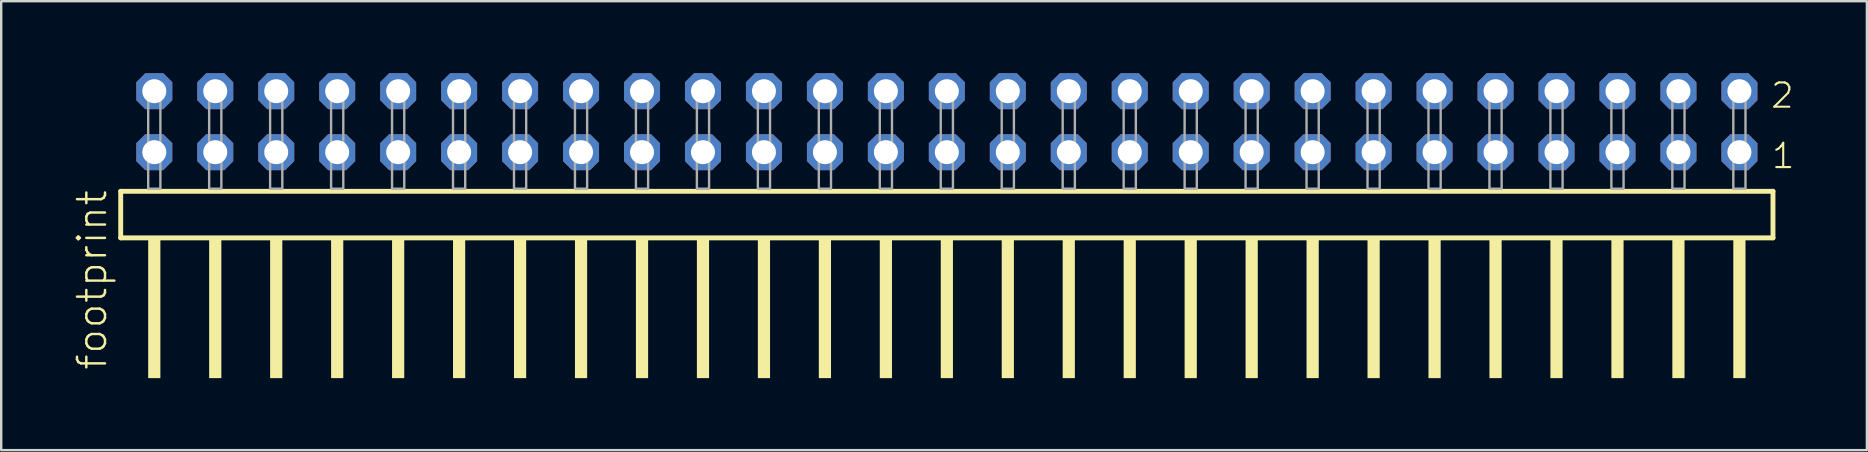
<source format=kicad_pcb>
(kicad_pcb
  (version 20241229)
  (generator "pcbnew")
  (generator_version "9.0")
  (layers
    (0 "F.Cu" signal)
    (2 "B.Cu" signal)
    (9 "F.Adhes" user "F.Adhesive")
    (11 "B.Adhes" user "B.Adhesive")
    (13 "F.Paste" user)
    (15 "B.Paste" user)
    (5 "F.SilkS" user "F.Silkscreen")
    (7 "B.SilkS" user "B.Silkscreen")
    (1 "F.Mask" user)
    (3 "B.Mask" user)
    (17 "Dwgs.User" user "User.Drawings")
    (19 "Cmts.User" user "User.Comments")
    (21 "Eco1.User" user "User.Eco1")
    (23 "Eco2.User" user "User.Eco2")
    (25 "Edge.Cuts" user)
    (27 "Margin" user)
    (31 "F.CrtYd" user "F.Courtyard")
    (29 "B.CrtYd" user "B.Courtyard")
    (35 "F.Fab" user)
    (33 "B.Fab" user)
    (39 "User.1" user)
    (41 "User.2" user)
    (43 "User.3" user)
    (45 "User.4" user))
  (footprint "footprint"
    (layer "F.Cu")
    (at 36.398 4.814)
    (property "Reference" "footprint" (at -34.925 7.62 90) (layer "F.SilkS") (effects (font (size 1.168 1.168) (thickness 0.102)) (justify left bottom)))
    (fp_line (start -34.419 0.106) (end -34.419 2.046) (stroke (width 0.203) (type solid)) (layer "F.SilkS"))
    (fp_line (start -34.419 2.046) (end 34.419 2.046) (stroke (width 0.203) (type solid)) (layer "F.SilkS"))
    (fp_line (start 34.419 0.106) (end -34.419 0.106) (stroke (width 0.203) (type solid)) (layer "F.SilkS"))
    (fp_line (start 34.419 2.046) (end 34.419 0.106) (stroke (width 0.203) (type solid)) (layer "F.SilkS"))
    (fp_poly (pts (xy -33.274 7.89) (xy -32.766 7.89) (xy -32.766 2.04) (xy -33.274 2.04)) (stroke (width 0) (type solid)) (fill yes) (layer "F.SilkS"))
    (fp_poly (pts (xy -30.734 7.89) (xy -30.226 7.89) (xy -30.226 2.04) (xy -30.734 2.04)) (stroke (width 0) (type solid)) (fill yes) (layer "F.SilkS"))
    (fp_poly (pts (xy -28.194 7.89) (xy -27.686 7.89) (xy -27.686 2.04) (xy -28.194 2.04)) (stroke (width 0) (type solid)) (fill yes) (layer "F.SilkS"))
    (fp_poly (pts (xy -25.654 7.89) (xy -25.146 7.89) (xy -25.146 2.04) (xy -25.654 2.04)) (stroke (width 0) (type solid)) (fill yes) (layer "F.SilkS"))
    (fp_poly (pts (xy -23.114 7.89) (xy -22.606 7.89) (xy -22.606 2.04) (xy -23.114 2.04)) (stroke (width 0) (type solid)) (fill yes) (layer "F.SilkS"))
    (fp_poly (pts (xy -20.574 7.89) (xy -20.066 7.89) (xy -20.066 2.04) (xy -20.574 2.04)) (stroke (width 0) (type solid)) (fill yes) (layer "F.SilkS"))
    (fp_poly (pts (xy -18.034 7.89) (xy -17.526 7.89) (xy -17.526 2.04) (xy -18.034 2.04)) (stroke (width 0) (type solid)) (fill yes) (layer "F.SilkS"))
    (fp_poly (pts (xy -15.494 7.89) (xy -14.986 7.89) (xy -14.986 2.04) (xy -15.494 2.04)) (stroke (width 0) (type solid)) (fill yes) (layer "F.SilkS"))
    (fp_poly (pts (xy -12.954 7.89) (xy -12.446 7.89) (xy -12.446 2.04) (xy -12.954 2.04)) (stroke (width 0) (type solid)) (fill yes) (layer "F.SilkS"))
    (fp_poly (pts (xy -10.414 7.89) (xy -9.906 7.89) (xy -9.906 2.04) (xy -10.414 2.04)) (stroke (width 0) (type solid)) (fill yes) (layer "F.SilkS"))
    (fp_poly (pts (xy -7.874 7.89) (xy -7.366 7.89) (xy -7.366 2.04) (xy -7.874 2.04)) (stroke (width 0) (type solid)) (fill yes) (layer "F.SilkS"))
    (fp_poly (pts (xy -5.334 7.89) (xy -4.826 7.89) (xy -4.826 2.04) (xy -5.334 2.04)) (stroke (width 0) (type solid)) (fill yes) (layer "F.SilkS"))
    (fp_poly (pts (xy -2.794 7.89) (xy -2.286 7.89) (xy -2.286 2.04) (xy -2.794 2.04)) (stroke (width 0) (type solid)) (fill yes) (layer "F.SilkS"))
    (fp_poly (pts (xy -0.254 7.89) (xy 0.254 7.89) (xy 0.254 2.04) (xy -0.254 2.04)) (stroke (width 0) (type solid)) (fill yes) (layer "F.SilkS"))
    (fp_poly (pts (xy 2.286 7.89) (xy 2.794 7.89) (xy 2.794 2.04) (xy 2.286 2.04)) (stroke (width 0) (type solid)) (fill yes) (layer "F.SilkS"))
    (fp_poly (pts (xy 4.826 7.89) (xy 5.334 7.89) (xy 5.334 2.04) (xy 4.826 2.04)) (stroke (width 0) (type solid)) (fill yes) (layer "F.SilkS"))
    (fp_poly (pts (xy 7.366 7.89) (xy 7.874 7.89) (xy 7.874 2.04) (xy 7.366 2.04)) (stroke (width 0) (type solid)) (fill yes) (layer "F.SilkS"))
    (fp_poly (pts (xy 9.906 7.89) (xy 10.414 7.89) (xy 10.414 2.04) (xy 9.906 2.04)) (stroke (width 0) (type solid)) (fill yes) (layer "F.SilkS"))
    (fp_poly (pts (xy 12.446 7.89) (xy 12.954 7.89) (xy 12.954 2.04) (xy 12.446 2.04)) (stroke (width 0) (type solid)) (fill yes) (layer "F.SilkS"))
    (fp_poly (pts (xy 14.986 7.89) (xy 15.494 7.89) (xy 15.494 2.04) (xy 14.986 2.04)) (stroke (width 0) (type solid)) (fill yes) (layer "F.SilkS"))
    (fp_poly (pts (xy 17.526 7.89) (xy 18.034 7.89) (xy 18.034 2.04) (xy 17.526 2.04)) (stroke (width 0) (type solid)) (fill yes) (layer "F.SilkS"))
    (fp_poly (pts (xy 20.066 7.89) (xy 20.574 7.89) (xy 20.574 2.04) (xy 20.066 2.04)) (stroke (width 0) (type solid)) (fill yes) (layer "F.SilkS"))
    (fp_poly (pts (xy 22.606 7.89) (xy 23.114 7.89) (xy 23.114 2.04) (xy 22.606 2.04)) (stroke (width 0) (type solid)) (fill yes) (layer "F.SilkS"))
    (fp_poly (pts (xy 25.146 7.89) (xy 25.654 7.89) (xy 25.654 2.04) (xy 25.146 2.04)) (stroke (width 0) (type solid)) (fill yes) (layer "F.SilkS"))
    (fp_poly (pts (xy 27.686 7.89) (xy 28.194 7.89) (xy 28.194 2.04) (xy 27.686 2.04)) (stroke (width 0) (type solid)) (fill yes) (layer "F.SilkS"))
    (fp_poly (pts (xy 30.226 7.89) (xy 30.734 7.89) (xy 30.734 2.04) (xy 30.226 2.04)) (stroke (width 0) (type solid)) (fill yes) (layer "F.SilkS"))
    (fp_poly (pts (xy 32.766 7.89) (xy 33.274 7.89) (xy 33.274 2.04) (xy 32.766 2.04)) (stroke (width 0) (type solid)) (fill yes) (layer "F.SilkS"))
    (fp_poly (pts (xy -33.274 0) (xy -32.766 0) (xy -32.766 -4.318) (xy -33.274 -4.318)) (stroke (width 0.1) (type solid)) (fill no) (layer "F.Fab"))
    (fp_poly (pts (xy -30.734 0) (xy -30.226 0) (xy -30.226 -4.318) (xy -30.734 -4.318)) (stroke (width 0.1) (type solid)) (fill no) (layer "F.Fab"))
    (fp_poly (pts (xy -28.194 0) (xy -27.686 0) (xy -27.686 -4.318) (xy -28.194 -4.318)) (stroke (width 0.1) (type solid)) (fill no) (layer "F.Fab"))
    (fp_poly (pts (xy -25.654 0) (xy -25.146 0) (xy -25.146 -4.318) (xy -25.654 -4.318)) (stroke (width 0.1) (type solid)) (fill no) (layer "F.Fab"))
    (fp_poly (pts (xy -23.114 0) (xy -22.606 0) (xy -22.606 -4.318) (xy -23.114 -4.318)) (stroke (width 0.1) (type solid)) (fill no) (layer "F.Fab"))
    (fp_poly (pts (xy -20.574 0) (xy -20.066 0) (xy -20.066 -4.318) (xy -20.574 -4.318)) (stroke (width 0.1) (type solid)) (fill no) (layer "F.Fab"))
    (fp_poly (pts (xy -18.034 0) (xy -17.526 0) (xy -17.526 -4.318) (xy -18.034 -4.318)) (stroke (width 0.1) (type solid)) (fill no) (layer "F.Fab"))
    (fp_poly (pts (xy -15.494 0) (xy -14.986 0) (xy -14.986 -4.318) (xy -15.494 -4.318)) (stroke (width 0.1) (type solid)) (fill no) (layer "F.Fab"))
    (fp_poly (pts (xy -12.954 0) (xy -12.446 0) (xy -12.446 -4.318) (xy -12.954 -4.318)) (stroke (width 0.1) (type solid)) (fill no) (layer "F.Fab"))
    (fp_poly (pts (xy -10.414 0) (xy -9.906 0) (xy -9.906 -4.318) (xy -10.414 -4.318)) (stroke (width 0.1) (type solid)) (fill no) (layer "F.Fab"))
    (fp_poly (pts (xy -7.874 0) (xy -7.366 0) (xy -7.366 -4.318) (xy -7.874 -4.318)) (stroke (width 0.1) (type solid)) (fill no) (layer "F.Fab"))
    (fp_poly (pts (xy -5.334 0) (xy -4.826 0) (xy -4.826 -4.318) (xy -5.334 -4.318)) (stroke (width 0.1) (type solid)) (fill no) (layer "F.Fab"))
    (fp_poly (pts (xy -2.794 0) (xy -2.286 0) (xy -2.286 -4.318) (xy -2.794 -4.318)) (stroke (width 0.1) (type solid)) (fill no) (layer "F.Fab"))
    (fp_poly (pts (xy -0.254 0) (xy 0.254 0) (xy 0.254 -4.318) (xy -0.254 -4.318)) (stroke (width 0.1) (type solid)) (fill no) (layer "F.Fab"))
    (fp_poly (pts (xy 2.286 0) (xy 2.794 0) (xy 2.794 -4.318) (xy 2.286 -4.318)) (stroke (width 0.1) (type solid)) (fill no) (layer "F.Fab"))
    (fp_poly (pts (xy 4.826 0) (xy 5.334 0) (xy 5.334 -4.318) (xy 4.826 -4.318)) (stroke (width 0.1) (type solid)) (fill no) (layer "F.Fab"))
    (fp_poly (pts (xy 7.366 0) (xy 7.874 0) (xy 7.874 -4.318) (xy 7.366 -4.318)) (stroke (width 0.1) (type solid)) (fill no) (layer "F.Fab"))
    (fp_poly (pts (xy 9.906 0) (xy 10.414 0) (xy 10.414 -4.318) (xy 9.906 -4.318)) (stroke (width 0.1) (type solid)) (fill no) (layer "F.Fab"))
    (fp_poly (pts (xy 12.446 0) (xy 12.954 0) (xy 12.954 -4.318) (xy 12.446 -4.318)) (stroke (width 0.1) (type solid)) (fill no) (layer "F.Fab"))
    (fp_poly (pts (xy 14.986 0) (xy 15.494 0) (xy 15.494 -4.318) (xy 14.986 -4.318)) (stroke (width 0.1) (type solid)) (fill no) (layer "F.Fab"))
    (fp_poly (pts (xy 17.526 0) (xy 18.034 0) (xy 18.034 -4.318) (xy 17.526 -4.318)) (stroke (width 0.1) (type solid)) (fill no) (layer "F.Fab"))
    (fp_poly (pts (xy 20.066 0) (xy 20.574 0) (xy 20.574 -4.318) (xy 20.066 -4.318)) (stroke (width 0.1) (type solid)) (fill no) (layer "F.Fab"))
    (fp_poly (pts (xy 22.606 0) (xy 23.114 0) (xy 23.114 -4.318) (xy 22.606 -4.318)) (stroke (width 0.1) (type solid)) (fill no) (layer "F.Fab"))
    (fp_poly (pts (xy 25.146 0) (xy 25.654 0) (xy 25.654 -4.318) (xy 25.146 -4.318)) (stroke (width 0.1) (type solid)) (fill no) (layer "F.Fab"))
    (fp_poly (pts (xy 27.686 0) (xy 28.194 0) (xy 28.194 -4.318) (xy 27.686 -4.318)) (stroke (width 0.1) (type solid)) (fill no) (layer "F.Fab"))
    (fp_poly (pts (xy 30.226 0) (xy 30.734 0) (xy 30.734 -4.318) (xy 30.226 -4.318)) (stroke (width 0.1) (type solid)) (fill no) (layer "F.Fab"))
    (fp_poly (pts (xy 32.766 0) (xy 33.274 0) (xy 33.274 -4.318) (xy 32.766 -4.318)) (stroke (width 0.1) (type solid)) (fill no) (layer "F.Fab"))
    (fp_text user "2" (at 34.27 -3.29 0) (layer "F.SilkS") (effects (font (size 1.012 1.012) (thickness 0.088)) (justify left bottom)))
    (fp_text user "1" (at 34.305 -0.775 0) (layer "F.SilkS") (effects (font (size 1.012 1.012) (thickness 0.088)) (justify left bottom)))
    (pad "1" thru_hole roundrect (at 33.02 -1.524 180) (size 1.5 1.5) (drill 1) (layers "*.Cu" "*.Mask") (roundrect_rratio 0.25) (chamfer_ratio 0.25) (chamfer top_left top_right bottom_left bottom_right))
    (pad "2" thru_hole roundrect (at 33.02 -4.064 180) (size 1.5 1.5) (drill 1) (layers "*.Cu" "*.Mask") (roundrect_rratio 0.25) (chamfer_ratio 0.25) (chamfer top_left top_right bottom_left bottom_right))
    (pad "3" thru_hole roundrect (at 30.48 -1.524 180) (size 1.5 1.5) (drill 1) (layers "*.Cu" "*.Mask") (roundrect_rratio 0.25) (chamfer_ratio 0.25) (chamfer top_left top_right bottom_left bottom_right))
    (pad "4" thru_hole roundrect (at 30.48 -4.064 180) (size 1.5 1.5) (drill 1) (layers "*.Cu" "*.Mask") (roundrect_rratio 0.25) (chamfer_ratio 0.25) (chamfer top_left top_right bottom_left bottom_right))
    (pad "5" thru_hole roundrect (at 27.94 -1.524 180) (size 1.5 1.5) (drill 1) (layers "*.Cu" "*.Mask") (roundrect_rratio 0.25) (chamfer_ratio 0.25) (chamfer top_left top_right bottom_left bottom_right))
    (pad "6" thru_hole roundrect (at 27.94 -4.064 180) (size 1.5 1.5) (drill 1) (layers "*.Cu" "*.Mask") (roundrect_rratio 0.25) (chamfer_ratio 0.25) (chamfer top_left top_right bottom_left bottom_right))
    (pad "7" thru_hole roundrect (at 25.4 -1.524 180) (size 1.5 1.5) (drill 1) (layers "*.Cu" "*.Mask") (roundrect_rratio 0.25) (chamfer_ratio 0.25) (chamfer top_left top_right bottom_left bottom_right))
    (pad "8" thru_hole roundrect (at 25.4 -4.064 180) (size 1.5 1.5) (drill 1) (layers "*.Cu" "*.Mask") (roundrect_rratio 0.25) (chamfer_ratio 0.25) (chamfer top_left top_right bottom_left bottom_right))
    (pad "9" thru_hole roundrect (at 22.86 -1.524 180) (size 1.5 1.5) (drill 1) (layers "*.Cu" "*.Mask") (roundrect_rratio 0.25) (chamfer_ratio 0.25) (chamfer top_left top_right bottom_left bottom_right))
    (pad "10" thru_hole roundrect (at 22.86 -4.064 180) (size 1.5 1.5) (drill 1) (layers "*.Cu" "*.Mask") (roundrect_rratio 0.25) (chamfer_ratio 0.25) (chamfer top_left top_right bottom_left bottom_right))
    (pad "11" thru_hole roundrect (at 20.32 -1.524 180) (size 1.5 1.5) (drill 1) (layers "*.Cu" "*.Mask") (roundrect_rratio 0.25) (chamfer_ratio 0.25) (chamfer top_left top_right bottom_left bottom_right))
    (pad "12" thru_hole roundrect (at 20.32 -4.064 180) (size 1.5 1.5) (drill 1) (layers "*.Cu" "*.Mask") (roundrect_rratio 0.25) (chamfer_ratio 0.25) (chamfer top_left top_right bottom_left bottom_right))
    (pad "13" thru_hole roundrect (at 17.78 -1.524 180) (size 1.5 1.5) (drill 1) (layers "*.Cu" "*.Mask") (roundrect_rratio 0.25) (chamfer_ratio 0.25) (chamfer top_left top_right bottom_left bottom_right))
    (pad "14" thru_hole roundrect (at 17.78 -4.064 180) (size 1.5 1.5) (drill 1) (layers "*.Cu" "*.Mask") (roundrect_rratio 0.25) (chamfer_ratio 0.25) (chamfer top_left top_right bottom_left bottom_right))
    (pad "15" thru_hole roundrect (at 15.24 -1.524 180) (size 1.5 1.5) (drill 1) (layers "*.Cu" "*.Mask") (roundrect_rratio 0.25) (chamfer_ratio 0.25) (chamfer top_left top_right bottom_left bottom_right))
    (pad "16" thru_hole roundrect (at 15.24 -4.064 180) (size 1.5 1.5) (drill 1) (layers "*.Cu" "*.Mask") (roundrect_rratio 0.25) (chamfer_ratio 0.25) (chamfer top_left top_right bottom_left bottom_right))
    (pad "17" thru_hole roundrect (at 12.7 -1.524 180) (size 1.5 1.5) (drill 1) (layers "*.Cu" "*.Mask") (roundrect_rratio 0.25) (chamfer_ratio 0.25) (chamfer top_left top_right bottom_left bottom_right))
    (pad "18" thru_hole roundrect (at 12.7 -4.064 180) (size 1.5 1.5) (drill 1) (layers "*.Cu" "*.Mask") (roundrect_rratio 0.25) (chamfer_ratio 0.25) (chamfer top_left top_right bottom_left bottom_right))
    (pad "19" thru_hole roundrect (at 10.16 -1.524 180) (size 1.5 1.5) (drill 1) (layers "*.Cu" "*.Mask") (roundrect_rratio 0.25) (chamfer_ratio 0.25) (chamfer top_left top_right bottom_left bottom_right))
    (pad "20" thru_hole roundrect (at 10.16 -4.064 180) (size 1.5 1.5) (drill 1) (layers "*.Cu" "*.Mask") (roundrect_rratio 0.25) (chamfer_ratio 0.25) (chamfer top_left top_right bottom_left bottom_right))
    (pad "21" thru_hole roundrect (at 7.62 -1.524 180) (size 1.5 1.5) (drill 1) (layers "*.Cu" "*.Mask") (roundrect_rratio 0.25) (chamfer_ratio 0.25) (chamfer top_left top_right bottom_left bottom_right))
    (pad "22" thru_hole roundrect (at 7.62 -4.064 180) (size 1.5 1.5) (drill 1) (layers "*.Cu" "*.Mask") (roundrect_rratio 0.25) (chamfer_ratio 0.25) (chamfer top_left top_right bottom_left bottom_right))
    (pad "23" thru_hole roundrect (at 5.08 -1.524 180) (size 1.5 1.5) (drill 1) (layers "*.Cu" "*.Mask") (roundrect_rratio 0.25) (chamfer_ratio 0.25) (chamfer top_left top_right bottom_left bottom_right))
    (pad "24" thru_hole roundrect (at 5.08 -4.064 180) (size 1.5 1.5) (drill 1) (layers "*.Cu" "*.Mask") (roundrect_rratio 0.25) (chamfer_ratio 0.25) (chamfer top_left top_right bottom_left bottom_right))
    (pad "25" thru_hole roundrect (at 2.54 -1.524 180) (size 1.5 1.5) (drill 1) (layers "*.Cu" "*.Mask") (roundrect_rratio 0.25) (chamfer_ratio 0.25) (chamfer top_left top_right bottom_left bottom_right))
    (pad "26" thru_hole roundrect (at 2.54 -4.064 180) (size 1.5 1.5) (drill 1) (layers "*.Cu" "*.Mask") (roundrect_rratio 0.25) (chamfer_ratio 0.25) (chamfer top_left top_right bottom_left bottom_right))
    (pad "27" thru_hole roundrect (at 0 -1.524 180) (size 1.5 1.5) (drill 1) (layers "*.Cu" "*.Mask") (roundrect_rratio 0.25) (chamfer_ratio 0.25) (chamfer top_left top_right bottom_left bottom_right))
    (pad "28" thru_hole roundrect (at 0 -4.064 180) (size 1.5 1.5) (drill 1) (layers "*.Cu" "*.Mask") (roundrect_rratio 0.25) (chamfer_ratio 0.25) (chamfer top_left top_right bottom_left bottom_right))
    (pad "29" thru_hole roundrect (at -2.54 -1.524 180) (size 1.5 1.5) (drill 1) (layers "*.Cu" "*.Mask") (roundrect_rratio 0.25) (chamfer_ratio 0.25) (chamfer top_left top_right bottom_left bottom_right))
    (pad "30" thru_hole roundrect (at -2.54 -4.064 180) (size 1.5 1.5) (drill 1) (layers "*.Cu" "*.Mask") (roundrect_rratio 0.25) (chamfer_ratio 0.25) (chamfer top_left top_right bottom_left bottom_right))
    (pad "31" thru_hole roundrect (at -5.08 -1.524 180) (size 1.5 1.5) (drill 1) (layers "*.Cu" "*.Mask") (roundrect_rratio 0.25) (chamfer_ratio 0.25) (chamfer top_left top_right bottom_left bottom_right))
    (pad "32" thru_hole roundrect (at -5.08 -4.064 180) (size 1.5 1.5) (drill 1) (layers "*.Cu" "*.Mask") (roundrect_rratio 0.25) (chamfer_ratio 0.25) (chamfer top_left top_right bottom_left bottom_right))
    (pad "33" thru_hole roundrect (at -7.62 -1.524 180) (size 1.5 1.5) (drill 1) (layers "*.Cu" "*.Mask") (roundrect_rratio 0.25) (chamfer_ratio 0.25) (chamfer top_left top_right bottom_left bottom_right))
    (pad "34" thru_hole roundrect (at -7.62 -4.064 180) (size 1.5 1.5) (drill 1) (layers "*.Cu" "*.Mask") (roundrect_rratio 0.25) (chamfer_ratio 0.25) (chamfer top_left top_right bottom_left bottom_right))
    (pad "35" thru_hole roundrect (at -10.16 -1.524 180) (size 1.5 1.5) (drill 1) (layers "*.Cu" "*.Mask") (roundrect_rratio 0.25) (chamfer_ratio 0.25) (chamfer top_left top_right bottom_left bottom_right))
    (pad "36" thru_hole roundrect (at -10.16 -4.064 180) (size 1.5 1.5) (drill 1) (layers "*.Cu" "*.Mask") (roundrect_rratio 0.25) (chamfer_ratio 0.25) (chamfer top_left top_right bottom_left bottom_right))
    (pad "37" thru_hole roundrect (at -12.7 -1.524 180) (size 1.5 1.5) (drill 1) (layers "*.Cu" "*.Mask") (roundrect_rratio 0.25) (chamfer_ratio 0.25) (chamfer top_left top_right bottom_left bottom_right))
    (pad "38" thru_hole roundrect (at -12.7 -4.064 180) (size 1.5 1.5) (drill 1) (layers "*.Cu" "*.Mask") (roundrect_rratio 0.25) (chamfer_ratio 0.25) (chamfer top_left top_right bottom_left bottom_right))
    (pad "39" thru_hole roundrect (at -15.24 -1.524 180) (size 1.5 1.5) (drill 1) (layers "*.Cu" "*.Mask") (roundrect_rratio 0.25) (chamfer_ratio 0.25) (chamfer top_left top_right bottom_left bottom_right))
    (pad "40" thru_hole roundrect (at -15.24 -4.064 180) (size 1.5 1.5) (drill 1) (layers "*.Cu" "*.Mask") (roundrect_rratio 0.25) (chamfer_ratio 0.25) (chamfer top_left top_right bottom_left bottom_right))
    (pad "41" thru_hole roundrect (at -17.78 -1.524 180) (size 1.5 1.5) (drill 1) (layers "*.Cu" "*.Mask") (roundrect_rratio 0.25) (chamfer_ratio 0.25) (chamfer top_left top_right bottom_left bottom_right))
    (pad "42" thru_hole roundrect (at -17.78 -4.064 180) (size 1.5 1.5) (drill 1) (layers "*.Cu" "*.Mask") (roundrect_rratio 0.25) (chamfer_ratio 0.25) (chamfer top_left top_right bottom_left bottom_right))
    (pad "43" thru_hole roundrect (at -20.32 -1.524 180) (size 1.5 1.5) (drill 1) (layers "*.Cu" "*.Mask") (roundrect_rratio 0.25) (chamfer_ratio 0.25) (chamfer top_left top_right bottom_left bottom_right))
    (pad "44" thru_hole roundrect (at -20.32 -4.064 180) (size 1.5 1.5) (drill 1) (layers "*.Cu" "*.Mask") (roundrect_rratio 0.25) (chamfer_ratio 0.25) (chamfer top_left top_right bottom_left bottom_right))
    (pad "45" thru_hole roundrect (at -22.86 -1.524 180) (size 1.5 1.5) (drill 1) (layers "*.Cu" "*.Mask") (roundrect_rratio 0.25) (chamfer_ratio 0.25) (chamfer top_left top_right bottom_left bottom_right))
    (pad "46" thru_hole roundrect (at -22.86 -4.064 180) (size 1.5 1.5) (drill 1) (layers "*.Cu" "*.Mask") (roundrect_rratio 0.25) (chamfer_ratio 0.25) (chamfer top_left top_right bottom_left bottom_right))
    (pad "47" thru_hole roundrect (at -25.4 -1.524 180) (size 1.5 1.5) (drill 1) (layers "*.Cu" "*.Mask") (roundrect_rratio 0.25) (chamfer_ratio 0.25) (chamfer top_left top_right bottom_left bottom_right))
    (pad "48" thru_hole roundrect (at -25.4 -4.064 180) (size 1.5 1.5) (drill 1) (layers "*.Cu" "*.Mask") (roundrect_rratio 0.25) (chamfer_ratio 0.25) (chamfer top_left top_right bottom_left bottom_right))
    (pad "49" thru_hole roundrect (at -27.94 -1.524 180) (size 1.5 1.5) (drill 1) (layers "*.Cu" "*.Mask") (roundrect_rratio 0.25) (chamfer_ratio 0.25) (chamfer top_left top_right bottom_left bottom_right))
    (pad "50" thru_hole roundrect (at -27.94 -4.064 180) (size 1.5 1.5) (drill 1) (layers "*.Cu" "*.Mask") (roundrect_rratio 0.25) (chamfer_ratio 0.25) (chamfer top_left top_right bottom_left bottom_right))
    (pad "51" thru_hole roundrect (at -30.48 -1.524 180) (size 1.5 1.5) (drill 1) (layers "*.Cu" "*.Mask") (roundrect_rratio 0.25) (chamfer_ratio 0.25) (chamfer top_left top_right bottom_left bottom_right))
    (pad "52" thru_hole roundrect (at -30.48 -4.064 180) (size 1.5 1.5) (drill 1) (layers "*.Cu" "*.Mask") (roundrect_rratio 0.25) (chamfer_ratio 0.25) (chamfer top_left top_right bottom_left bottom_right))
    (pad "53" thru_hole roundrect (at -33.02 -1.524 180) (size 1.5 1.5) (drill 1) (layers "*.Cu" "*.Mask") (roundrect_rratio 0.25) (chamfer_ratio 0.25) (chamfer top_left top_right bottom_left bottom_right))
    (pad "54" thru_hole roundrect (at -33.02 -4.064 180) (size 1.5 1.5) (drill 1) (layers "*.Cu" "*.Mask") (roundrect_rratio 0.25) (chamfer_ratio 0.25) (chamfer top_left top_right bottom_left bottom_right)))
  (gr_rect
    (start -3 -3)
    (end 74.729 15.704)
    (stroke (width 0.1) (type default))
    (fill no)
    (layer "Edge.Cuts")))
</source>
